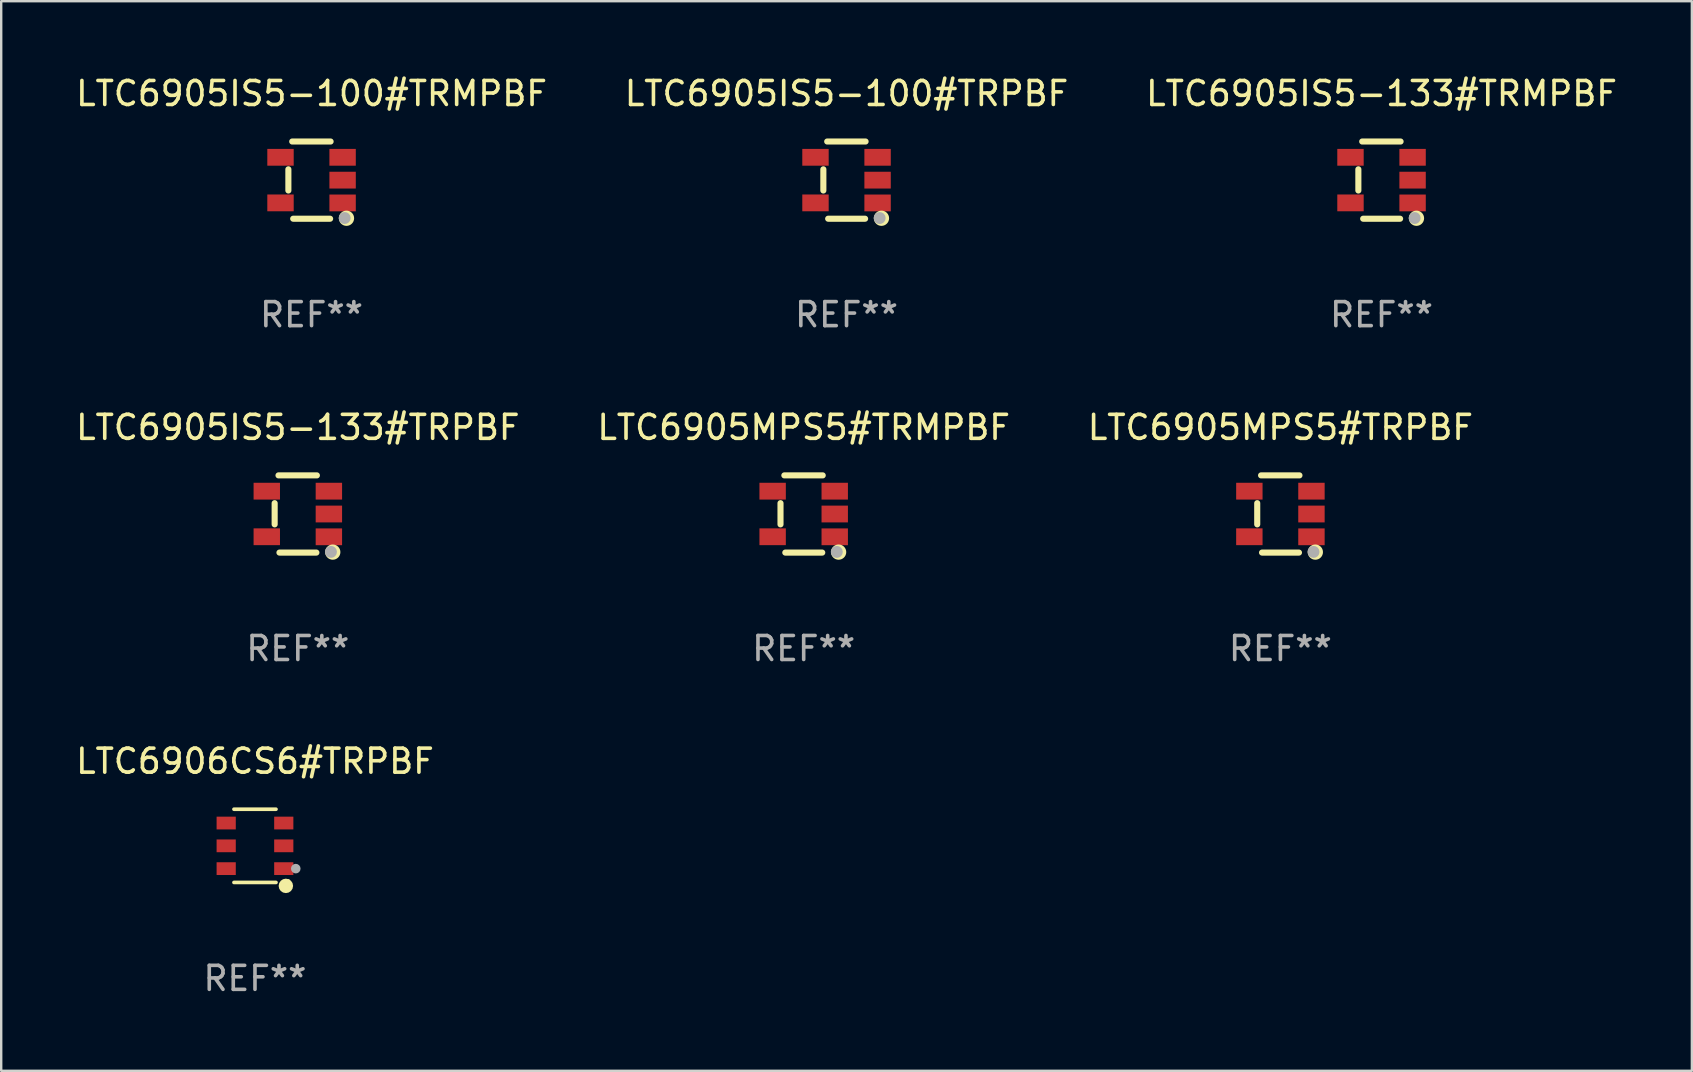
<source format=kicad_pcb>
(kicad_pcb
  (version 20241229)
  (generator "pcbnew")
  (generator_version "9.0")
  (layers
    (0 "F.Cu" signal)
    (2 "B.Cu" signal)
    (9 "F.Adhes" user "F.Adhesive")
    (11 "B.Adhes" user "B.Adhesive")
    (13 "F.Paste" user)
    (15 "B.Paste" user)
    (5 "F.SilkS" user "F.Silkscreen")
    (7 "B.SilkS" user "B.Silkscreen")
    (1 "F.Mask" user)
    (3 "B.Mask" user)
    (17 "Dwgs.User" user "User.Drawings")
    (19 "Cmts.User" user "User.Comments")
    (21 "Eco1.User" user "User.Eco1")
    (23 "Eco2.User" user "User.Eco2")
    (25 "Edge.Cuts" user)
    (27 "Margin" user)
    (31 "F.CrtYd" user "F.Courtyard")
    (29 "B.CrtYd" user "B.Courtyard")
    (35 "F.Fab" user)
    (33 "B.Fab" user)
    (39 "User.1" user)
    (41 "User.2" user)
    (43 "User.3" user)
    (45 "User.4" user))
  (footprint "LTC6905MPS5#TRPBF"
    (layer "F.Cu")
    (at 50.315 18.372)
    (property "Reference" "LTC6905MPS5#TRPBF" (at 0 -3.609 0) (layer "F.SilkS") (effects (font (size 1 1) (thickness 0.15))))
    (attr through_hole)
    (fp_line (start -0.966 0.433) (end -0.966 -0.451) (stroke (width 0.254) (type solid)) (layer "F.SilkS"))
    (fp_line (start -0.806 -1.609) (end 0.794 -1.609) (stroke (width 0.254) (type solid)) (layer "F.SilkS"))
    (fp_line (start -0.766 1.609) (end 0.774 1.609) (stroke (width 0.254) (type solid)) (layer "F.SilkS"))
    (fp_circle (center 1.4 1.45) (end 1.43 1.45) (stroke (width 0.06) (type solid)) (fill no) (layer "F.SilkS"))
    (fp_circle (center 1.456 1.589) (end 1.52 1.589) (stroke (width 0.254) (type solid)) (fill no) (layer "F.SilkS"))
    (fp_circle (center 1.38 1.58) (end 1.505 1.58) (stroke (width 0.25) (type solid)) (fill no) (layer "F.Fab"))
    (fp_text user "REF**" (at 0 5.609 0) (layer "F.Fab") (effects (font (size 1 1) (thickness 0.15))))
    (pad "1" smd rect (at 1.294 0.951) (size 1.1 0.7) (layers "F.Cu" "F.Mask" "F.Paste"))
    (pad "2" smd rect (at 1.294 0.001) (size 1.1 0.7) (layers "F.Cu" "F.Mask" "F.Paste"))
    (pad "3" smd rect (at 1.294 -0.951) (size 1.1 0.7) (layers "F.Cu" "F.Mask" "F.Paste"))
    (pad "4" smd rect (at -1.294 -0.951 180) (size 1.1 0.7) (layers "F.Cu" "F.Mask" "F.Paste"))
    (pad "5" smd rect (at -1.294 0.949 180) (size 1.1 0.7) (layers "F.Cu" "F.Mask" "F.Paste")))
  (footprint "LTC6905IS5-100#TRPBF"
    (layer "F.Cu")
    (at 32.232 4.457)
    (property "Reference" "LTC6905IS5-100#TRPBF" (at 0 -3.609 0) (layer "F.SilkS") (effects (font (size 1 1) (thickness 0.15))))
    (attr through_hole)
    (fp_line (start -0.966 0.433) (end -0.966 -0.451) (stroke (width 0.254) (type solid)) (layer "F.SilkS"))
    (fp_line (start -0.806 -1.609) (end 0.794 -1.609) (stroke (width 0.254) (type solid)) (layer "F.SilkS"))
    (fp_line (start -0.766 1.609) (end 0.774 1.609) (stroke (width 0.254) (type solid)) (layer "F.SilkS"))
    (fp_circle (center 1.4 1.45) (end 1.43 1.45) (stroke (width 0.06) (type solid)) (fill no) (layer "F.SilkS"))
    (fp_circle (center 1.456 1.589) (end 1.52 1.589) (stroke (width 0.254) (type solid)) (fill no) (layer "F.SilkS"))
    (fp_circle (center 1.38 1.58) (end 1.505 1.58) (stroke (width 0.25) (type solid)) (fill no) (layer "F.Fab"))
    (fp_text user "REF**" (at 0 5.609 0) (layer "F.Fab") (effects (font (size 1 1) (thickness 0.15))))
    (pad "1" smd rect (at 1.294 0.951) (size 1.1 0.7) (layers "F.Cu" "F.Mask" "F.Paste"))
    (pad "2" smd rect (at 1.294 0.001) (size 1.1 0.7) (layers "F.Cu" "F.Mask" "F.Paste"))
    (pad "3" smd rect (at 1.294 -0.951) (size 1.1 0.7) (layers "F.Cu" "F.Mask" "F.Paste"))
    (pad "4" smd rect (at -1.294 -0.951 180) (size 1.1 0.7) (layers "F.Cu" "F.Mask" "F.Paste"))
    (pad "5" smd rect (at -1.294 0.949 180) (size 1.1 0.7) (layers "F.Cu" "F.Mask" "F.Paste")))
  (footprint "LTC6905MPS5#TRMPBF"
    (layer "F.Cu")
    (at 30.446 18.372)
    (property "Reference" "LTC6905MPS5#TRMPBF" (at 0 -3.609 0) (layer "F.SilkS") (effects (font (size 1 1) (thickness 0.15))))
    (attr through_hole)
    (fp_line (start -0.966 0.433) (end -0.966 -0.451) (stroke (width 0.254) (type solid)) (layer "F.SilkS"))
    (fp_line (start -0.806 -1.609) (end 0.794 -1.609) (stroke (width 0.254) (type solid)) (layer "F.SilkS"))
    (fp_line (start -0.766 1.609) (end 0.774 1.609) (stroke (width 0.254) (type solid)) (layer "F.SilkS"))
    (fp_circle (center 1.4 1.45) (end 1.43 1.45) (stroke (width 0.06) (type solid)) (fill no) (layer "F.SilkS"))
    (fp_circle (center 1.456 1.589) (end 1.52 1.589) (stroke (width 0.254) (type solid)) (fill no) (layer "F.SilkS"))
    (fp_circle (center 1.38 1.58) (end 1.505 1.58) (stroke (width 0.25) (type solid)) (fill no) (layer "F.Fab"))
    (fp_text user "REF**" (at 0 5.609 0) (layer "F.Fab") (effects (font (size 1 1) (thickness 0.15))))
    (pad "1" smd rect (at 1.294 0.951) (size 1.1 0.7) (layers "F.Cu" "F.Mask" "F.Paste"))
    (pad "2" smd rect (at 1.294 0.001) (size 1.1 0.7) (layers "F.Cu" "F.Mask" "F.Paste"))
    (pad "3" smd rect (at 1.294 -0.951) (size 1.1 0.7) (layers "F.Cu" "F.Mask" "F.Paste"))
    (pad "4" smd rect (at -1.294 -0.951 180) (size 1.1 0.7) (layers "F.Cu" "F.Mask" "F.Paste"))
    (pad "5" smd rect (at -1.294 0.949 180) (size 1.1 0.7) (layers "F.Cu" "F.Mask" "F.Paste")))
  (footprint "LTC6906CS6#TRPBF"
    (layer "F.Cu")
    (at 7.577 32.203)
    (property "Reference" "LTC6906CS6#TRPBF" (at 0 -3.526 0) (layer "F.SilkS") (effects (font (size 1 1) (thickness 0.15))))
    (attr through_hole)
    (fp_line (start 0.876 -1.526) (end -0.876 -1.526) (stroke (width 0.152) (type solid)) (layer "F.SilkS"))
    (fp_line (start 0.876 1.526) (end -0.876 1.526) (stroke (width 0.152) (type solid)) (layer "F.SilkS"))
    (fp_circle (center 1.287 1.669) (end 1.438 1.669) (stroke (width 0.3) (type solid)) (fill no) (layer "F.SilkS"))
    (fp_circle (center 1.4 1.45) (end 1.43 1.45) (stroke (width 0.06) (type solid)) (fill no) (layer "F.SilkS"))
    (fp_circle (center 1.7 0.95) (end 1.8 0.95) (stroke (width 0.2) (type solid)) (fill no) (layer "F.Fab"))
    (fp_text user "REF**" (at 0 5.526 0) (layer "F.Fab") (effects (font (size 1 1) (thickness 0.15))))
    (pad "1" smd rect (at 1.2 0.95) (size 0.8 0.532) (layers "F.Cu" "F.Mask" "F.Paste"))
    (pad "2" smd rect (at 1.2 0) (size 0.8 0.532) (layers "F.Cu" "F.Mask" "F.Paste"))
    (pad "3" smd rect (at 1.2 -0.95) (size 0.8 0.532) (layers "F.Cu" "F.Mask" "F.Paste"))
    (pad "4" smd rect (at -1.2 -0.95) (size 0.8 0.532) (layers "F.Cu" "F.Mask" "F.Paste"))
    (pad "5" smd rect (at -1.2 0) (size 0.8 0.532) (layers "F.Cu" "F.Mask" "F.Paste"))
    (pad "6" smd rect (at -1.2 0.95) (size 0.8 0.532) (layers "F.Cu" "F.Mask" "F.Paste")))
  (footprint "LTC6905IS5-133#TRMPBF"
    (layer "F.Cu")
    (at 54.53 4.457)
    (property "Reference" "LTC6905IS5-133#TRMPBF" (at 0 -3.609 0) (layer "F.SilkS") (effects (font (size 1 1) (thickness 0.15))))
    (attr through_hole)
    (fp_line (start -0.966 0.433) (end -0.966 -0.451) (stroke (width 0.254) (type solid)) (layer "F.SilkS"))
    (fp_line (start -0.806 -1.609) (end 0.794 -1.609) (stroke (width 0.254) (type solid)) (layer "F.SilkS"))
    (fp_line (start -0.766 1.609) (end 0.774 1.609) (stroke (width 0.254) (type solid)) (layer "F.SilkS"))
    (fp_circle (center 1.4 1.45) (end 1.43 1.45) (stroke (width 0.06) (type solid)) (fill no) (layer "F.SilkS"))
    (fp_circle (center 1.456 1.589) (end 1.52 1.589) (stroke (width 0.254) (type solid)) (fill no) (layer "F.SilkS"))
    (fp_circle (center 1.38 1.58) (end 1.505 1.58) (stroke (width 0.25) (type solid)) (fill no) (layer "F.Fab"))
    (fp_text user "REF**" (at 0 5.609 0) (layer "F.Fab") (effects (font (size 1 1) (thickness 0.15))))
    (pad "1" smd rect (at 1.294 0.951) (size 1.1 0.7) (layers "F.Cu" "F.Mask" "F.Paste"))
    (pad "2" smd rect (at 1.294 0.001) (size 1.1 0.7) (layers "F.Cu" "F.Mask" "F.Paste"))
    (pad "3" smd rect (at 1.294 -0.951) (size 1.1 0.7) (layers "F.Cu" "F.Mask" "F.Paste"))
    (pad "4" smd rect (at -1.294 -0.951 180) (size 1.1 0.7) (layers "F.Cu" "F.Mask" "F.Paste"))
    (pad "5" smd rect (at -1.294 0.949 180) (size 1.1 0.7) (layers "F.Cu" "F.Mask" "F.Paste")))
  (footprint "LTC6905IS5-133#TRPBF"
    (layer "F.Cu")
    (at 9.363 18.372)
    (property "Reference" "LTC6905IS5-133#TRPBF" (at 0 -3.609 0) (layer "F.SilkS") (effects (font (size 1 1) (thickness 0.15))))
    (attr through_hole)
    (fp_line (start -0.966 0.433) (end -0.966 -0.451) (stroke (width 0.254) (type solid)) (layer "F.SilkS"))
    (fp_line (start -0.806 -1.609) (end 0.794 -1.609) (stroke (width 0.254) (type solid)) (layer "F.SilkS"))
    (fp_line (start -0.766 1.609) (end 0.774 1.609) (stroke (width 0.254) (type solid)) (layer "F.SilkS"))
    (fp_circle (center 1.4 1.45) (end 1.43 1.45) (stroke (width 0.06) (type solid)) (fill no) (layer "F.SilkS"))
    (fp_circle (center 1.456 1.589) (end 1.52 1.589) (stroke (width 0.254) (type solid)) (fill no) (layer "F.SilkS"))
    (fp_circle (center 1.38 1.58) (end 1.505 1.58) (stroke (width 0.25) (type solid)) (fill no) (layer "F.Fab"))
    (fp_text user "REF**" (at 0 5.609 0) (layer "F.Fab") (effects (font (size 1 1) (thickness 0.15))))
    (pad "1" smd rect (at 1.294 0.951) (size 1.1 0.7) (layers "F.Cu" "F.Mask" "F.Paste"))
    (pad "2" smd rect (at 1.294 0.001) (size 1.1 0.7) (layers "F.Cu" "F.Mask" "F.Paste"))
    (pad "3" smd rect (at 1.294 -0.951) (size 1.1 0.7) (layers "F.Cu" "F.Mask" "F.Paste"))
    (pad "4" smd rect (at -1.294 -0.951 180) (size 1.1 0.7) (layers "F.Cu" "F.Mask" "F.Paste"))
    (pad "5" smd rect (at -1.294 0.949 180) (size 1.1 0.7) (layers "F.Cu" "F.Mask" "F.Paste")))
  (footprint "LTC6905IS5-100#TRMPBF"
    (layer "F.Cu")
    (at 9.935 4.457)
    (property "Reference" "LTC6905IS5-100#TRMPBF" (at 0 -3.609 0) (layer "F.SilkS") (effects (font (size 1 1) (thickness 0.15))))
    (attr through_hole)
    (fp_line (start -0.966 0.433) (end -0.966 -0.451) (stroke (width 0.254) (type solid)) (layer "F.SilkS"))
    (fp_line (start -0.806 -1.609) (end 0.794 -1.609) (stroke (width 0.254) (type solid)) (layer "F.SilkS"))
    (fp_line (start -0.766 1.609) (end 0.774 1.609) (stroke (width 0.254) (type solid)) (layer "F.SilkS"))
    (fp_circle (center 1.4 1.45) (end 1.43 1.45) (stroke (width 0.06) (type solid)) (fill no) (layer "F.SilkS"))
    (fp_circle (center 1.456 1.589) (end 1.52 1.589) (stroke (width 0.254) (type solid)) (fill no) (layer "F.SilkS"))
    (fp_circle (center 1.38 1.58) (end 1.505 1.58) (stroke (width 0.25) (type solid)) (fill no) (layer "F.Fab"))
    (fp_text user "REF**" (at 0 5.609 0) (layer "F.Fab") (effects (font (size 1 1) (thickness 0.15))))
    (pad "1" smd rect (at 1.294 0.951) (size 1.1 0.7) (layers "F.Cu" "F.Mask" "F.Paste"))
    (pad "2" smd rect (at 1.294 0.001) (size 1.1 0.7) (layers "F.Cu" "F.Mask" "F.Paste"))
    (pad "3" smd rect (at 1.294 -0.951) (size 1.1 0.7) (layers "F.Cu" "F.Mask" "F.Paste"))
    (pad "4" smd rect (at -1.294 -0.951 180) (size 1.1 0.7) (layers "F.Cu" "F.Mask" "F.Paste"))
    (pad "5" smd rect (at -1.294 0.949 180) (size 1.1 0.7) (layers "F.Cu" "F.Mask" "F.Paste")))
  (gr_rect
    (start -3 -3)
    (end 67.464 41.578)
    (stroke (width 0.1) (type default))
    (fill no)
    (layer "Edge.Cuts")))
</source>
